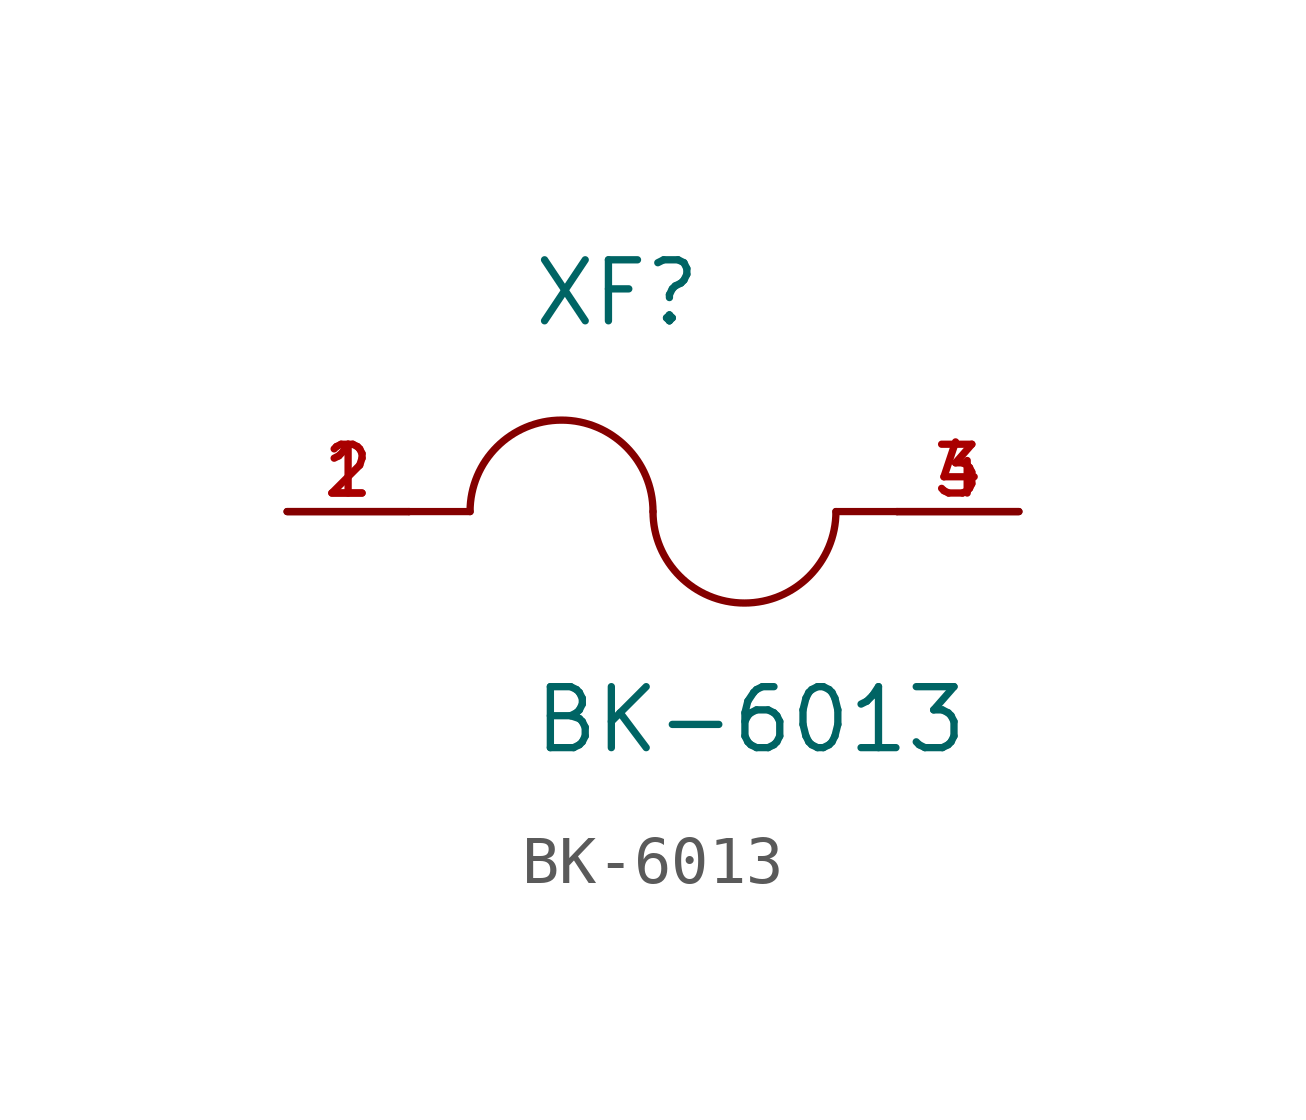
<source format=kicad_sym>
(kicad_symbol_lib
  (version 20211014)
  (generator kicad_symbol_editor)
  (symbol "BK-6013"
    (pin_names
      (offset 1.016))
    (property "Reference" "XF"
      (at -2.54 3.81 0)
      (effects (font (size 1.27 1.27)) (justify bottom left)))
    (property "Value" "BK-6013"
      (at -2.54 -5.08 0)
      (effects (font (size 1.27 1.27)) (justify bottom left)))
    (symbol "BK-6013_0_0"
      (arc (start 0.0 0.0) (mid -1.905 1.905) (end -3.81 0.0) (stroke (width 0.1524) (type default) (color 0 0 0 0)) (fill (type none)))
      (arc (start 3.81 0.0) (mid 1.905 -1.905) (end 0.0 0.0) (stroke (width 0.1524) (type default) (color 0 0 0 0)) (fill (type none)))
      (polyline (pts (xy 5.08 0.0) (xy 3.81 0.0)) (stroke (width 0.152)))
      (polyline (pts (xy -5.08 0.0) (xy -3.81 0.0)) (stroke (width 0.152)))
      (pin passive line (at 7.62 0.0 180.0) (length 2.54) (name "~" (effects (font (size 1.016 1.016)))) (number "3" (effects (font (size 1.016 1.016)))))
      (pin passive line (at 7.62 0.0 180.0) (length 2.54) (name "~" (effects (font (size 1.016 1.016)))) (number "4" (effects (font (size 1.016 1.016)))))
      (pin passive line (at -7.62 0.0 0) (length 2.54) (name "~" (effects (font (size 1.016 1.016)))) (number "1" (effects (font (size 1.016 1.016)))))
      (pin passive line (at -7.62 0.0 0) (length 2.54) (name "~" (effects (font (size 1.016 1.016)))) (number "2" (effects (font (size 1.016 1.016))))))))
</source>
